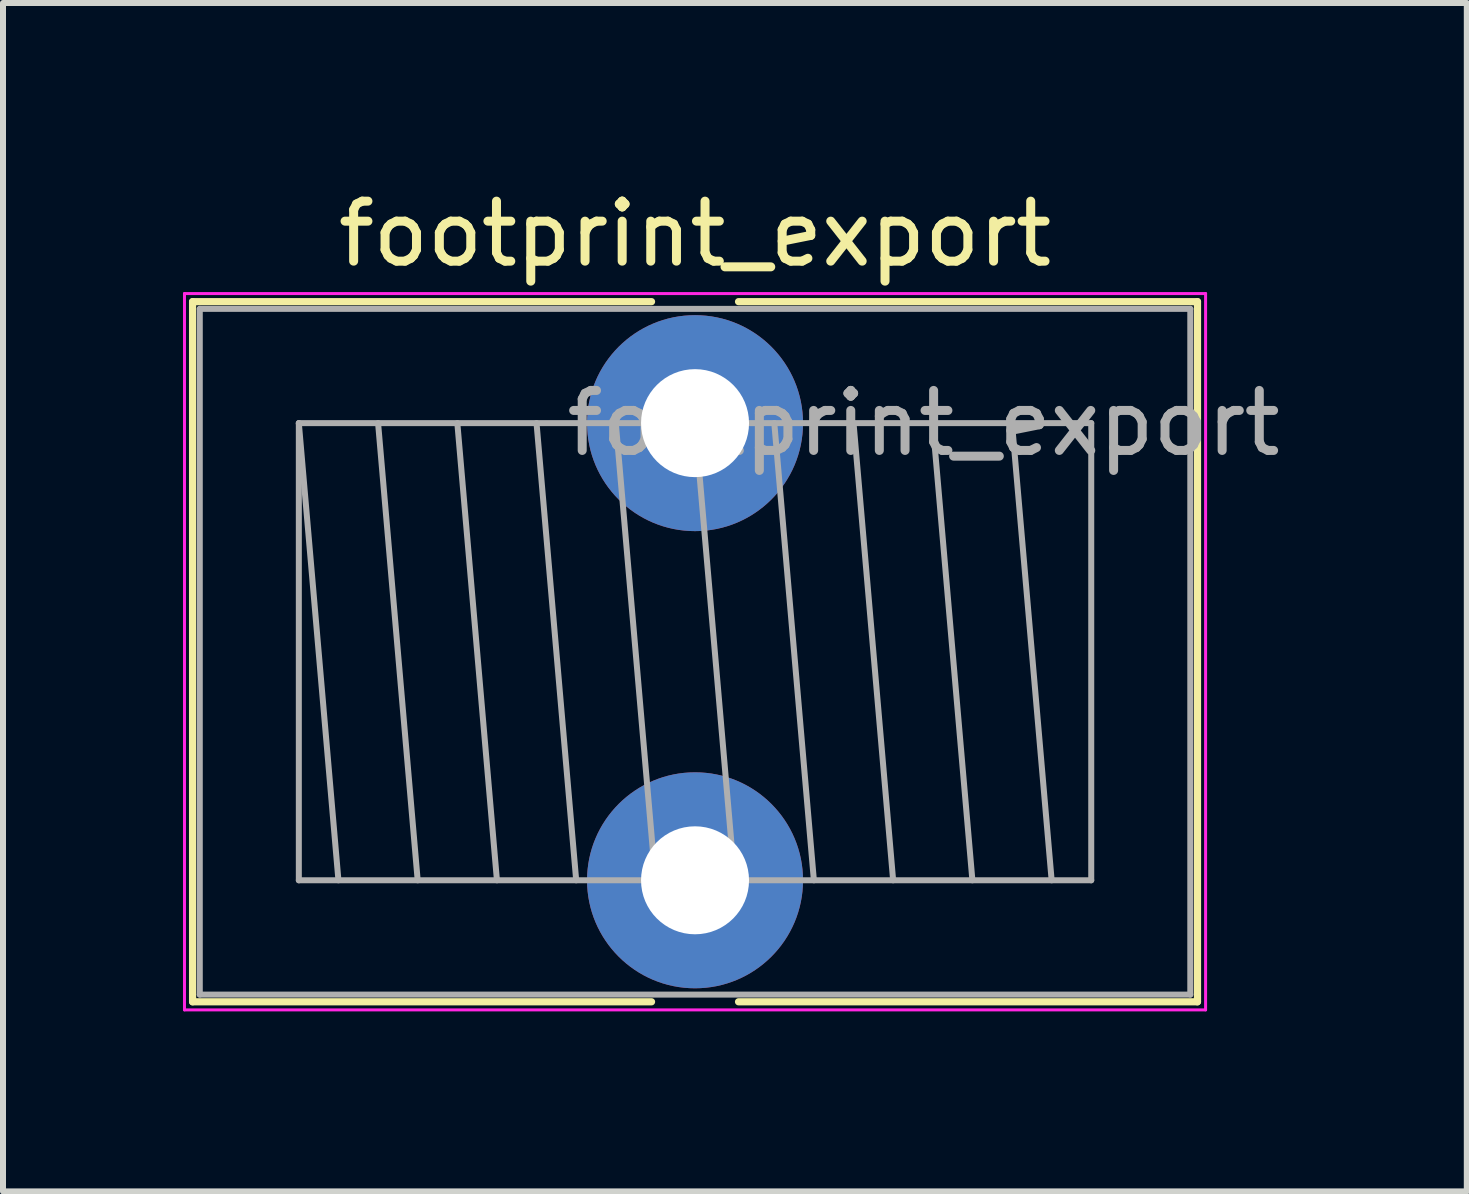
<source format=kicad_pcb>
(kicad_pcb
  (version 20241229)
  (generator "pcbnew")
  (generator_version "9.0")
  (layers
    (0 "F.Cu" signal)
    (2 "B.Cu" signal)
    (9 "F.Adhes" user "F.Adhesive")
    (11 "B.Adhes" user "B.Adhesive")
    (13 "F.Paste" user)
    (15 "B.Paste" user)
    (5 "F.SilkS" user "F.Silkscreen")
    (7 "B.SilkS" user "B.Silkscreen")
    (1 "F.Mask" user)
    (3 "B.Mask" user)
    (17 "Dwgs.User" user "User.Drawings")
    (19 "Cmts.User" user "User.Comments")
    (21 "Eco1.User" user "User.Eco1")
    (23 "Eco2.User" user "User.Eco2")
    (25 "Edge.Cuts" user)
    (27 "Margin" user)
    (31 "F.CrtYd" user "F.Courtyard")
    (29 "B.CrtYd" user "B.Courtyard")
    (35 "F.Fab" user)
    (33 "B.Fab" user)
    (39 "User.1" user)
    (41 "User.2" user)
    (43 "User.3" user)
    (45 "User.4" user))
  (footprint "footprint_export"
    (layer "F.Cu")
    (at 8.535 4.003)
    (property "Reference" "footprint_export" (at 0 -3.155 0) (layer "F.SilkS") (effects (font (size 1 1) (thickness 0.15))))
    (attr through_hole)
    (fp_line (start -8.375 -2.025) (end -8.375 9.645) (stroke (width 0.12) (type solid)) (layer "F.SilkS"))
    (fp_line (start -8.375 -2.025) (end -0.725 -2.025) (stroke (width 0.12) (type solid)) (layer "F.SilkS"))
    (fp_line (start -8.375 9.645) (end -0.725 9.645) (stroke (width 0.12) (type solid)) (layer "F.SilkS"))
    (fp_line (start 0.725 -2.025) (end 8.375 -2.025) (stroke (width 0.12) (type solid)) (layer "F.SilkS"))
    (fp_line (start 0.725 9.645) (end 8.375 9.645) (stroke (width 0.12) (type solid)) (layer "F.SilkS"))
    (fp_line (start 8.375 -2.025) (end 8.375 9.645) (stroke (width 0.12) (type solid)) (layer "F.SilkS"))
    (fp_line (start -8.51 -2.16) (end -8.51 9.78) (stroke (width 0.05) (type solid)) (layer "F.CrtYd"))
    (fp_line (start -8.51 9.78) (end 8.51 9.78) (stroke (width 0.05) (type solid)) (layer "F.CrtYd"))
    (fp_line (start 8.51 -2.16) (end -8.51 -2.16) (stroke (width 0.05) (type solid)) (layer "F.CrtYd"))
    (fp_line (start 8.51 9.78) (end 8.51 -2.16) (stroke (width 0.05) (type solid)) (layer "F.CrtYd"))
    (fp_line (start -8.255 -1.905) (end -8.255 9.525) (stroke (width 0.1) (type solid)) (layer "F.Fab"))
    (fp_line (start -8.255 9.525) (end 8.255 9.525) (stroke (width 0.1) (type solid)) (layer "F.Fab"))
    (fp_line (start -6.604 0) (end -6.604 7.62) (stroke (width 0.1) (type solid)) (layer "F.Fab"))
    (fp_line (start -6.604 0) (end -5.944 7.62) (stroke (width 0.1) (type solid)) (layer "F.Fab"))
    (fp_line (start -6.604 7.62) (end 6.604 7.62) (stroke (width 0.1) (type solid)) (layer "F.Fab"))
    (fp_line (start -5.283 0) (end -4.623 7.62) (stroke (width 0.1) (type solid)) (layer "F.Fab"))
    (fp_line (start -3.962 0) (end -3.302 7.62) (stroke (width 0.1) (type solid)) (layer "F.Fab"))
    (fp_line (start -2.642 0) (end -1.981 7.62) (stroke (width 0.1) (type solid)) (layer "F.Fab"))
    (fp_line (start -1.321 0) (end -0.66 7.62) (stroke (width 0.1) (type solid)) (layer "F.Fab"))
    (fp_line (start 0 0) (end 0.66 7.62) (stroke (width 0.1) (type solid)) (layer "F.Fab"))
    (fp_line (start 1.321 0) (end 1.981 7.62) (stroke (width 0.1) (type solid)) (layer "F.Fab"))
    (fp_line (start 2.642 0) (end 3.302 7.62) (stroke (width 0.1) (type solid)) (layer "F.Fab"))
    (fp_line (start 3.962 0) (end 4.623 7.62) (stroke (width 0.1) (type solid)) (layer "F.Fab"))
    (fp_line (start 5.283 0) (end 5.944 7.62) (stroke (width 0.1) (type solid)) (layer "F.Fab"))
    (fp_line (start 6.604 0) (end -6.604 0) (stroke (width 0.1) (type solid)) (layer "F.Fab"))
    (fp_line (start 6.604 7.62) (end 6.604 0) (stroke (width 0.1) (type solid)) (layer "F.Fab"))
    (fp_line (start 8.255 -1.905) (end -8.255 -1.905) (stroke (width 0.1) (type solid)) (layer "F.Fab"))
    (fp_line (start 8.255 9.525) (end 8.255 -1.905) (stroke (width 0.1) (type solid)) (layer "F.Fab"))
    (fp_text user "${REFERENCE}" (at 3.81 0 0) (layer "F.Fab") (effects (font (size 1 1) (thickness 0.15))))
    (pad "1" thru_hole circle (at 0 0) (size 3.6 3.6) (drill 1.8) (layers "*.Cu" "*.Mask"))
    (pad "2" thru_hole circle (at 0 7.62) (size 3.6 3.6) (drill 1.8) (layers "*.Cu" "*.Mask")))
  (gr_rect
    (start -3 -3)
    (end 21.399 16.808)
    (stroke (width 0.1) (type default))
    (fill no)
    (layer "Edge.Cuts")))
</source>
